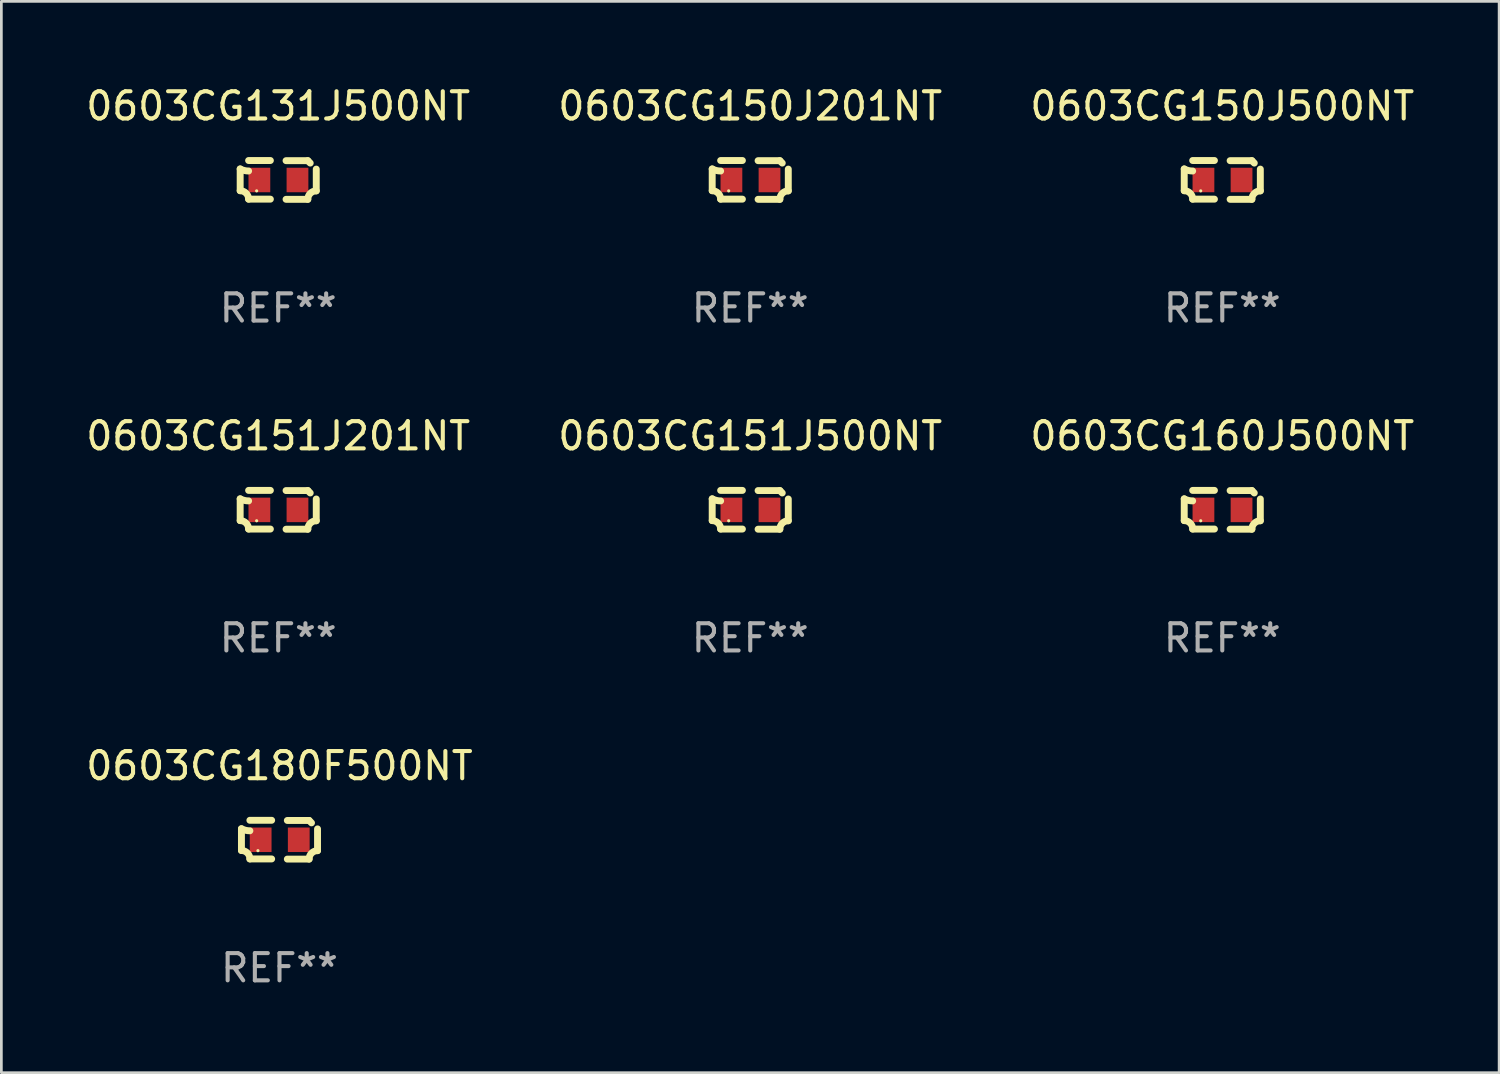
<source format=kicad_pcb>
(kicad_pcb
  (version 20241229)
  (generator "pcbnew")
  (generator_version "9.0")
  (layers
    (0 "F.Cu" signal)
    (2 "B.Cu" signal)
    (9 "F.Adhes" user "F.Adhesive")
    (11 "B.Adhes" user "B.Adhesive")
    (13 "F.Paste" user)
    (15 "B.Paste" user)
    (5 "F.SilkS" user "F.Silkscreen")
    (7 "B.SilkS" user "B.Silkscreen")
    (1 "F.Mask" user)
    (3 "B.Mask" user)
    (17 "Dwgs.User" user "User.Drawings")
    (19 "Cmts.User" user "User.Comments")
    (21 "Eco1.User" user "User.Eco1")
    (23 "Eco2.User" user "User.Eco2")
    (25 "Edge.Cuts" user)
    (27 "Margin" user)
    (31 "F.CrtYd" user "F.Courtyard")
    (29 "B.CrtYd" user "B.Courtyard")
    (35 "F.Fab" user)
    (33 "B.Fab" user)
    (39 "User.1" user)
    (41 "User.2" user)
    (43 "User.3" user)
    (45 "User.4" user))
  (footprint "0603CG150J500NT"
    (layer "F.Cu")
    (at 41.863 3.561)
    (property "Reference" "0603CG150J500NT" (at 0 -2.713 0) (layer "F.SilkS") (effects (font (size 1 1) (thickness 0.15))))
    (attr through_hole)
    (fp_line (start -1.398 -0.403) (end -1.398 0.397) (stroke (width 0.254) (type solid)) (layer "F.SilkS"))
    (fp_line (start -0.288 -0.713) (end -1.088 -0.713) (stroke (width 0.254) (type solid)) (layer "F.SilkS"))
    (fp_line (start -0.288 0.707) (end -1.088 0.707) (stroke (width 0.254) (type solid)) (layer "F.SilkS"))
    (fp_line (start 0.288 -0.707) (end 1.088 -0.707) (stroke (width 0.254) (type solid)) (layer "F.SilkS"))
    (fp_line (start 0.288 0.713) (end 1.088 0.713) (stroke (width 0.254) (type solid)) (layer "F.SilkS"))
    (fp_line (start 1.398 -0.397) (end 1.398 0.403) (stroke (width 0.254) (type solid)) (layer "F.SilkS"))
    (fp_arc (start -1.397789 0.397066) (mid -1.178701 0.487826) (end -1.08796 0.706922) (stroke (width 0.254001) (type solid)) (layer "F.SilkS"))
    (fp_arc (start -1.08796 -0.327176) (mid -1.247436 -0.346384) (end -1.39779 -0.402908) (stroke (width 0.254001) (type solid)) (layer "F.SilkS"))
    (fp_arc (start 1.087909 0.712738) (mid 1.178656 0.493655) (end 1.397739 0.402908) (stroke (width 0.254001) (type solid)) (layer "F.SilkS"))
    (fp_arc (start 1.175925 -0.618926) (mid 1.131917 -0.662923) (end 1.08791 -0.706922) (stroke (width 0.254001) (type solid)) (layer "F.SilkS"))
    (fp_circle (center -0.792 0.403) (end -0.762 0.403) (stroke (width 0.06) (type solid)) (fill no) (layer "F.SilkS"))
    (fp_text user "REF**" (at 0 4.713 0) (layer "F.Fab") (effects (font (size 1 1) (thickness 0.15))))
    (pad "1" smd rect (at -0.692 0.003) (size 0.8 0.9) (layers "F.Cu" "F.Mask" "F.Paste"))
    (pad "2" smd rect (at 0.708 0.003) (size 0.8 0.9) (layers "F.Cu" "F.Mask" "F.Paste")))
  (footprint "0603CG131J500NT"
    (layer "F.Cu")
    (at 7.173 3.561)
    (property "Reference" "0603CG131J500NT" (at 0 -2.713 0) (layer "F.SilkS") (effects (font (size 1 1) (thickness 0.15))))
    (attr through_hole)
    (fp_line (start -1.398 -0.403) (end -1.398 0.397) (stroke (width 0.254) (type solid)) (layer "F.SilkS"))
    (fp_line (start -0.288 -0.713) (end -1.088 -0.713) (stroke (width 0.254) (type solid)) (layer "F.SilkS"))
    (fp_line (start -0.288 0.707) (end -1.088 0.707) (stroke (width 0.254) (type solid)) (layer "F.SilkS"))
    (fp_line (start 0.288 -0.707) (end 1.088 -0.707) (stroke (width 0.254) (type solid)) (layer "F.SilkS"))
    (fp_line (start 0.288 0.713) (end 1.088 0.713) (stroke (width 0.254) (type solid)) (layer "F.SilkS"))
    (fp_line (start 1.398 -0.397) (end 1.398 0.403) (stroke (width 0.254) (type solid)) (layer "F.SilkS"))
    (fp_arc (start -1.397789 0.397066) (mid -1.178701 0.487826) (end -1.08796 0.706922) (stroke (width 0.254001) (type solid)) (layer "F.SilkS"))
    (fp_arc (start -1.08796 -0.327176) (mid -1.247436 -0.346384) (end -1.39779 -0.402908) (stroke (width 0.254001) (type solid)) (layer "F.SilkS"))
    (fp_arc (start 1.087909 0.712738) (mid 1.178656 0.493655) (end 1.397739 0.402908) (stroke (width 0.254001) (type solid)) (layer "F.SilkS"))
    (fp_arc (start 1.175925 -0.618926) (mid 1.131917 -0.662923) (end 1.08791 -0.706922) (stroke (width 0.254001) (type solid)) (layer "F.SilkS"))
    (fp_circle (center -0.792 0.403) (end -0.762 0.403) (stroke (width 0.06) (type solid)) (fill no) (layer "F.SilkS"))
    (fp_text user "REF**" (at 0 4.713 0) (layer "F.Fab") (effects (font (size 1 1) (thickness 0.15))))
    (pad "1" smd rect (at -0.692 0.003) (size 0.8 0.9) (layers "F.Cu" "F.Mask" "F.Paste"))
    (pad "2" smd rect (at 0.708 0.003) (size 0.8 0.9) (layers "F.Cu" "F.Mask" "F.Paste")))
  (footprint "0603CG151J500NT"
    (layer "F.Cu")
    (at 24.518 15.683)
    (property "Reference" "0603CG151J500NT" (at 0 -2.713 0) (layer "F.SilkS") (effects (font (size 1 1) (thickness 0.15))))
    (attr through_hole)
    (fp_line (start -1.398 -0.403) (end -1.398 0.397) (stroke (width 0.254) (type solid)) (layer "F.SilkS"))
    (fp_line (start -0.288 -0.713) (end -1.088 -0.713) (stroke (width 0.254) (type solid)) (layer "F.SilkS"))
    (fp_line (start -0.288 0.707) (end -1.088 0.707) (stroke (width 0.254) (type solid)) (layer "F.SilkS"))
    (fp_line (start 0.288 -0.707) (end 1.088 -0.707) (stroke (width 0.254) (type solid)) (layer "F.SilkS"))
    (fp_line (start 0.288 0.713) (end 1.088 0.713) (stroke (width 0.254) (type solid)) (layer "F.SilkS"))
    (fp_line (start 1.398 -0.397) (end 1.398 0.403) (stroke (width 0.254) (type solid)) (layer "F.SilkS"))
    (fp_arc (start -1.397789 0.397066) (mid -1.178701 0.487826) (end -1.08796 0.706922) (stroke (width 0.254001) (type solid)) (layer "F.SilkS"))
    (fp_arc (start -1.08796 -0.327176) (mid -1.247436 -0.346384) (end -1.39779 -0.402908) (stroke (width 0.254001) (type solid)) (layer "F.SilkS"))
    (fp_arc (start 1.087909 0.712738) (mid 1.178656 0.493655) (end 1.397739 0.402908) (stroke (width 0.254001) (type solid)) (layer "F.SilkS"))
    (fp_arc (start 1.175925 -0.618926) (mid 1.131917 -0.662923) (end 1.08791 -0.706922) (stroke (width 0.254001) (type solid)) (layer "F.SilkS"))
    (fp_circle (center -0.792 0.403) (end -0.762 0.403) (stroke (width 0.06) (type solid)) (fill no) (layer "F.SilkS"))
    (fp_text user "REF**" (at 0 4.713 0) (layer "F.Fab") (effects (font (size 1 1) (thickness 0.15))))
    (pad "1" smd rect (at -0.692 0.003) (size 0.8 0.9) (layers "F.Cu" "F.Mask" "F.Paste"))
    (pad "2" smd rect (at 0.708 0.003) (size 0.8 0.9) (layers "F.Cu" "F.Mask" "F.Paste")))
  (footprint "0603CG160J500NT"
    (layer "F.Cu")
    (at 41.863 15.683)
    (property "Reference" "0603CG160J500NT" (at 0 -2.713 0) (layer "F.SilkS") (effects (font (size 1 1) (thickness 0.15))))
    (attr through_hole)
    (fp_line (start -1.398 -0.403) (end -1.398 0.397) (stroke (width 0.254) (type solid)) (layer "F.SilkS"))
    (fp_line (start -0.288 -0.713) (end -1.088 -0.713) (stroke (width 0.254) (type solid)) (layer "F.SilkS"))
    (fp_line (start -0.288 0.707) (end -1.088 0.707) (stroke (width 0.254) (type solid)) (layer "F.SilkS"))
    (fp_line (start 0.288 -0.707) (end 1.088 -0.707) (stroke (width 0.254) (type solid)) (layer "F.SilkS"))
    (fp_line (start 0.288 0.713) (end 1.088 0.713) (stroke (width 0.254) (type solid)) (layer "F.SilkS"))
    (fp_line (start 1.398 -0.397) (end 1.398 0.403) (stroke (width 0.254) (type solid)) (layer "F.SilkS"))
    (fp_arc (start -1.397789 0.397066) (mid -1.178701 0.487826) (end -1.08796 0.706922) (stroke (width 0.254001) (type solid)) (layer "F.SilkS"))
    (fp_arc (start -1.08796 -0.327176) (mid -1.247436 -0.346384) (end -1.39779 -0.402908) (stroke (width 0.254001) (type solid)) (layer "F.SilkS"))
    (fp_arc (start 1.087909 0.712738) (mid 1.178656 0.493655) (end 1.397739 0.402908) (stroke (width 0.254001) (type solid)) (layer "F.SilkS"))
    (fp_arc (start 1.175925 -0.618926) (mid 1.131917 -0.662923) (end 1.08791 -0.706922) (stroke (width 0.254001) (type solid)) (layer "F.SilkS"))
    (fp_circle (center -0.792 0.403) (end -0.762 0.403) (stroke (width 0.06) (type solid)) (fill no) (layer "F.SilkS"))
    (fp_text user "REF**" (at 0 4.713 0) (layer "F.Fab") (effects (font (size 1 1) (thickness 0.15))))
    (pad "1" smd rect (at -0.692 0.003) (size 0.8 0.9) (layers "F.Cu" "F.Mask" "F.Paste"))
    (pad "2" smd rect (at 0.708 0.003) (size 0.8 0.9) (layers "F.Cu" "F.Mask" "F.Paste")))
  (footprint "0603CG151J201NT"
    (layer "F.Cu")
    (at 7.173 15.683)
    (property "Reference" "0603CG151J201NT" (at 0 -2.713 0) (layer "F.SilkS") (effects (font (size 1 1) (thickness 0.15))))
    (attr through_hole)
    (fp_line (start -1.398 -0.403) (end -1.398 0.397) (stroke (width 0.254) (type solid)) (layer "F.SilkS"))
    (fp_line (start -0.288 -0.713) (end -1.088 -0.713) (stroke (width 0.254) (type solid)) (layer "F.SilkS"))
    (fp_line (start -0.288 0.707) (end -1.088 0.707) (stroke (width 0.254) (type solid)) (layer "F.SilkS"))
    (fp_line (start 0.288 -0.707) (end 1.088 -0.707) (stroke (width 0.254) (type solid)) (layer "F.SilkS"))
    (fp_line (start 0.288 0.713) (end 1.088 0.713) (stroke (width 0.254) (type solid)) (layer "F.SilkS"))
    (fp_line (start 1.398 -0.397) (end 1.398 0.403) (stroke (width 0.254) (type solid)) (layer "F.SilkS"))
    (fp_arc (start -1.397789 0.397066) (mid -1.178701 0.487826) (end -1.08796 0.706922) (stroke (width 0.254001) (type solid)) (layer "F.SilkS"))
    (fp_arc (start -1.08796 -0.327176) (mid -1.247436 -0.346384) (end -1.39779 -0.402908) (stroke (width 0.254001) (type solid)) (layer "F.SilkS"))
    (fp_arc (start 1.087909 0.712738) (mid 1.178656 0.493655) (end 1.397739 0.402908) (stroke (width 0.254001) (type solid)) (layer "F.SilkS"))
    (fp_arc (start 1.175925 -0.618926) (mid 1.131917 -0.662923) (end 1.08791 -0.706922) (stroke (width 0.254001) (type solid)) (layer "F.SilkS"))
    (fp_circle (center -0.792 0.403) (end -0.762 0.403) (stroke (width 0.06) (type solid)) (fill no) (layer "F.SilkS"))
    (fp_text user "REF**" (at 0 4.713 0) (layer "F.Fab") (effects (font (size 1 1) (thickness 0.15))))
    (pad "1" smd rect (at -0.692 0.003) (size 0.8 0.9) (layers "F.Cu" "F.Mask" "F.Paste"))
    (pad "2" smd rect (at 0.708 0.003) (size 0.8 0.9) (layers "F.Cu" "F.Mask" "F.Paste")))
  (footprint "0603CG180F500NT"
    (layer "F.Cu")
    (at 7.22 27.805)
    (property "Reference" "0603CG180F500NT" (at 0 -2.713 0) (layer "F.SilkS") (effects (font (size 1 1) (thickness 0.15))))
    (attr through_hole)
    (fp_line (start -1.398 -0.403) (end -1.398 0.397) (stroke (width 0.254) (type solid)) (layer "F.SilkS"))
    (fp_line (start -0.288 -0.713) (end -1.088 -0.713) (stroke (width 0.254) (type solid)) (layer "F.SilkS"))
    (fp_line (start -0.288 0.707) (end -1.088 0.707) (stroke (width 0.254) (type solid)) (layer "F.SilkS"))
    (fp_line (start 0.288 -0.707) (end 1.088 -0.707) (stroke (width 0.254) (type solid)) (layer "F.SilkS"))
    (fp_line (start 0.288 0.713) (end 1.088 0.713) (stroke (width 0.254) (type solid)) (layer "F.SilkS"))
    (fp_line (start 1.398 -0.397) (end 1.398 0.403) (stroke (width 0.254) (type solid)) (layer "F.SilkS"))
    (fp_arc (start -1.397789 0.397066) (mid -1.178701 0.487826) (end -1.08796 0.706922) (stroke (width 0.254001) (type solid)) (layer "F.SilkS"))
    (fp_arc (start -1.08796 -0.327176) (mid -1.247436 -0.346384) (end -1.39779 -0.402908) (stroke (width 0.254001) (type solid)) (layer "F.SilkS"))
    (fp_arc (start 1.087909 0.712738) (mid 1.178656 0.493655) (end 1.397739 0.402908) (stroke (width 0.254001) (type solid)) (layer "F.SilkS"))
    (fp_arc (start 1.175925 -0.618926) (mid 1.131917 -0.662923) (end 1.08791 -0.706922) (stroke (width 0.254001) (type solid)) (layer "F.SilkS"))
    (fp_circle (center -0.792 0.403) (end -0.762 0.403) (stroke (width 0.06) (type solid)) (fill no) (layer "F.SilkS"))
    (fp_text user "REF**" (at 0 4.713 0) (layer "F.Fab") (effects (font (size 1 1) (thickness 0.15))))
    (pad "1" smd rect (at -0.692 0.003) (size 0.8 0.9) (layers "F.Cu" "F.Mask" "F.Paste"))
    (pad "2" smd rect (at 0.708 0.003) (size 0.8 0.9) (layers "F.Cu" "F.Mask" "F.Paste")))
  (footprint "0603CG150J201NT"
    (layer "F.Cu")
    (at 24.518 3.561)
    (property "Reference" "0603CG150J201NT" (at 0 -2.713 0) (layer "F.SilkS") (effects (font (size 1 1) (thickness 0.15))))
    (attr through_hole)
    (fp_line (start -1.398 -0.403) (end -1.398 0.397) (stroke (width 0.254) (type solid)) (layer "F.SilkS"))
    (fp_line (start -0.288 -0.713) (end -1.088 -0.713) (stroke (width 0.254) (type solid)) (layer "F.SilkS"))
    (fp_line (start -0.288 0.707) (end -1.088 0.707) (stroke (width 0.254) (type solid)) (layer "F.SilkS"))
    (fp_line (start 0.288 -0.707) (end 1.088 -0.707) (stroke (width 0.254) (type solid)) (layer "F.SilkS"))
    (fp_line (start 0.288 0.713) (end 1.088 0.713) (stroke (width 0.254) (type solid)) (layer "F.SilkS"))
    (fp_line (start 1.398 -0.397) (end 1.398 0.403) (stroke (width 0.254) (type solid)) (layer "F.SilkS"))
    (fp_arc (start -1.397789 0.397066) (mid -1.178701 0.487826) (end -1.08796 0.706922) (stroke (width 0.254001) (type solid)) (layer "F.SilkS"))
    (fp_arc (start -1.08796 -0.327176) (mid -1.247436 -0.346384) (end -1.39779 -0.402908) (stroke (width 0.254001) (type solid)) (layer "F.SilkS"))
    (fp_arc (start 1.087909 0.712738) (mid 1.178656 0.493655) (end 1.397739 0.402908) (stroke (width 0.254001) (type solid)) (layer "F.SilkS"))
    (fp_arc (start 1.175925 -0.618926) (mid 1.131917 -0.662923) (end 1.08791 -0.706922) (stroke (width 0.254001) (type solid)) (layer "F.SilkS"))
    (fp_circle (center -0.792 0.403) (end -0.762 0.403) (stroke (width 0.06) (type solid)) (fill no) (layer "F.SilkS"))
    (fp_text user "REF**" (at 0 4.713 0) (layer "F.Fab") (effects (font (size 1 1) (thickness 0.15))))
    (pad "1" smd rect (at -0.692 0.003) (size 0.8 0.9) (layers "F.Cu" "F.Mask" "F.Paste"))
    (pad "2" smd rect (at 0.708 0.003) (size 0.8 0.9) (layers "F.Cu" "F.Mask" "F.Paste")))
  (gr_rect
    (start -3 -3)
    (end 52.036 36.366)
    (stroke (width 0.1) (type default))
    (fill no)
    (layer "Edge.Cuts")))
</source>
